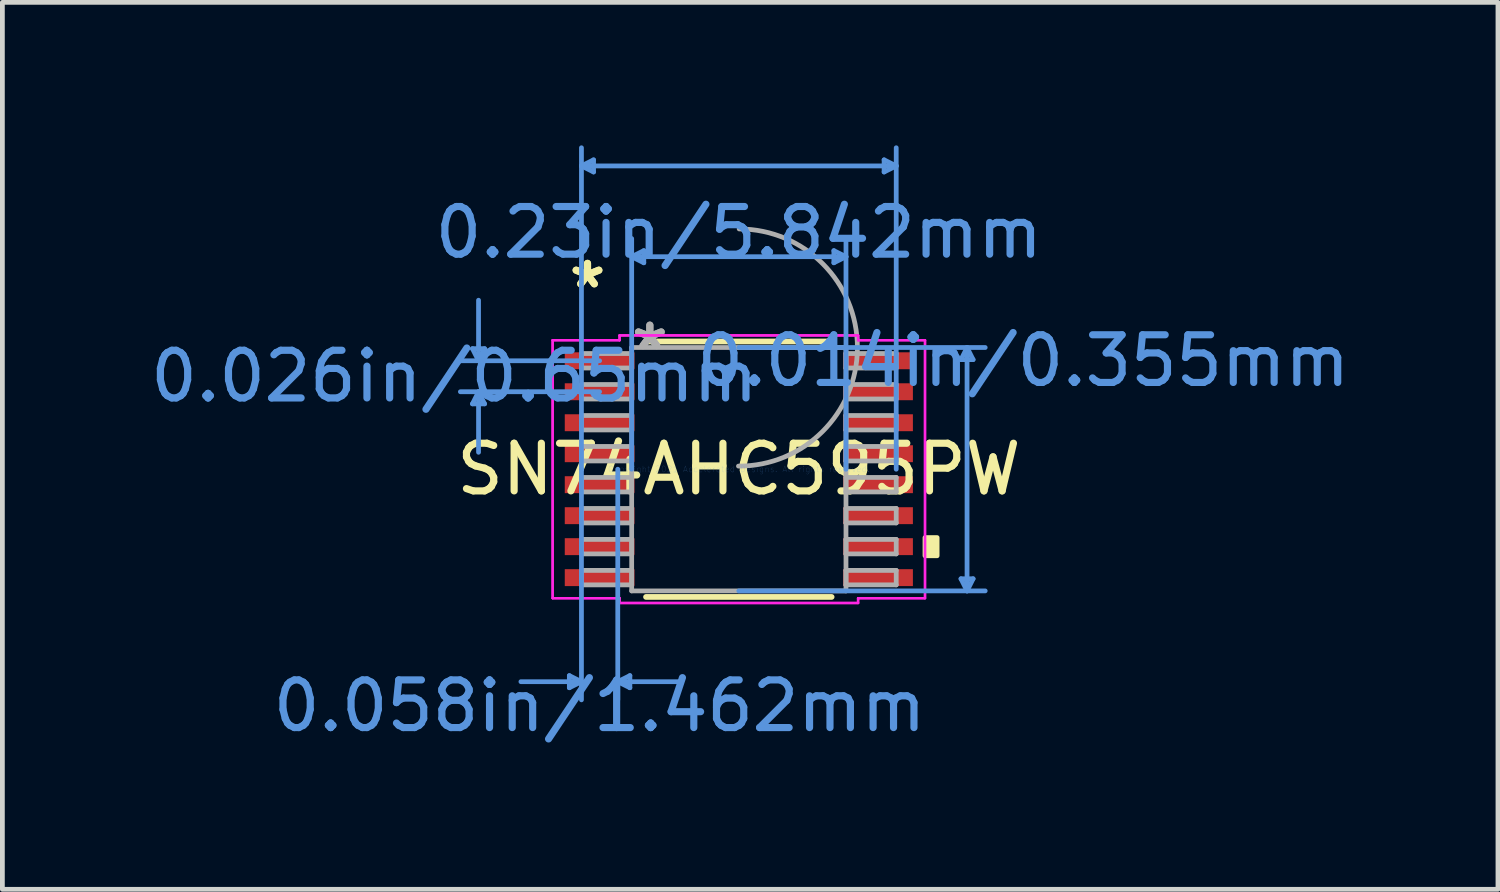
<source format=kicad_pcb>
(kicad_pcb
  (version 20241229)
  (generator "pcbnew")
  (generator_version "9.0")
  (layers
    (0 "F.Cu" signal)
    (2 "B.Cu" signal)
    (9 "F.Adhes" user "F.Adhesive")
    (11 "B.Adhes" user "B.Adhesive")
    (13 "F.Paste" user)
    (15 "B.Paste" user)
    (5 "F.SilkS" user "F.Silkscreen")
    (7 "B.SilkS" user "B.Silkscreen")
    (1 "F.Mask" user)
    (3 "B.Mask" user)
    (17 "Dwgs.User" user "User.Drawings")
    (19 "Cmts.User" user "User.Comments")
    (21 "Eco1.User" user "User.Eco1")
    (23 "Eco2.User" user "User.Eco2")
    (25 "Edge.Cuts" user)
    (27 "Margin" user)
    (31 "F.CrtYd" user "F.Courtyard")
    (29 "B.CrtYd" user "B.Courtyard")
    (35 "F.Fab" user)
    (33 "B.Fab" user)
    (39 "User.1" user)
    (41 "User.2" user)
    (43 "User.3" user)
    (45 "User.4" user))
  (footprint "SN74AHC595PW"
    (layer "F.Cu")
    (at 12.451 6.794)
    (property "Reference" "SN74AHC595PW" (at 0 0 0) (layer "F.SilkS") (effects (font (size 1 1) (thickness 0.15))))
    (attr through_hole)
    (fp_line (start -1.947 2.68) (end 1.947 2.68) (stroke (width 0.12) (type solid)) (layer "F.SilkS"))
    (fp_line (start 1.947 -2.68) (end -1.947 -2.68) (stroke (width 0.12) (type solid)) (layer "F.SilkS"))
    (fp_poly (pts (xy 4.16 1.435) (xy 4.16 1.816) (xy 3.906 1.816) (xy 3.906 1.435)) (stroke (width 0.1) (type solid)) (fill yes) (layer "F.SilkS"))
    (fp_line (start -5.588 -2.529) (end -5.334 -2.529) (stroke (width 0.1) (type solid)) (layer "Cmts.User"))
    (fp_line (start -5.588 -1.371) (end -5.334 -1.371) (stroke (width 0.1) (type solid)) (layer "Cmts.User"))
    (fp_line (start -5.461 -2.275) (end -5.588 -2.529) (stroke (width 0.1) (type solid)) (layer "Cmts.User"))
    (fp_line (start -5.461 -2.275) (end -5.461 -3.545) (stroke (width 0.1) (type solid)) (layer "Cmts.User"))
    (fp_line (start -5.461 -2.275) (end -5.334 -2.529) (stroke (width 0.1) (type solid)) (layer "Cmts.User"))
    (fp_line (start -5.461 -1.625) (end -5.588 -1.371) (stroke (width 0.1) (type solid)) (layer "Cmts.User"))
    (fp_line (start -5.461 -1.625) (end -5.461 -0.355) (stroke (width 0.1) (type solid)) (layer "Cmts.User"))
    (fp_line (start -5.461 -1.625) (end -5.334 -1.371) (stroke (width 0.1) (type solid)) (layer "Cmts.User"))
    (fp_line (start -3.556 4.331) (end -3.556 4.585) (stroke (width 0.1) (type solid)) (layer "Cmts.User"))
    (fp_line (start -3.302 -6.363) (end -3.048 -6.49) (stroke (width 0.1) (type solid)) (layer "Cmts.User"))
    (fp_line (start -3.302 -6.363) (end -3.048 -6.236) (stroke (width 0.1) (type solid)) (layer "Cmts.User"))
    (fp_line (start -3.302 -6.363) (end 3.302 -6.363) (stroke (width 0.1) (type solid)) (layer "Cmts.User"))
    (fp_line (start -3.302 0) (end -3.302 -6.744) (stroke (width 0.1) (type solid)) (layer "Cmts.User"))
    (fp_line (start -3.302 0) (end -3.302 4.839) (stroke (width 0.1) (type solid)) (layer "Cmts.User"))
    (fp_line (start -3.302 4.458) (end -4.572 4.458) (stroke (width 0.1) (type solid)) (layer "Cmts.User"))
    (fp_line (start -3.302 4.458) (end -3.556 4.331) (stroke (width 0.1) (type solid)) (layer "Cmts.User"))
    (fp_line (start -3.302 4.458) (end -3.556 4.585) (stroke (width 0.1) (type solid)) (layer "Cmts.User"))
    (fp_line (start -3.048 -6.49) (end -3.048 -6.236) (stroke (width 0.1) (type solid)) (layer "Cmts.User"))
    (fp_line (start -2.921 -2.275) (end -5.842 -2.275) (stroke (width 0.1) (type solid)) (layer "Cmts.User"))
    (fp_line (start -2.921 -1.625) (end -5.842 -1.625) (stroke (width 0.1) (type solid)) (layer "Cmts.User"))
    (fp_line (start -2.54 0) (end -2.54 4.839) (stroke (width 0.1) (type solid)) (layer "Cmts.User"))
    (fp_line (start -2.54 4.458) (end -2.286 4.331) (stroke (width 0.1) (type solid)) (layer "Cmts.User"))
    (fp_line (start -2.54 4.458) (end -2.286 4.585) (stroke (width 0.1) (type solid)) (layer "Cmts.User"))
    (fp_line (start -2.54 4.458) (end -1.27 4.458) (stroke (width 0.1) (type solid)) (layer "Cmts.User"))
    (fp_line (start -2.286 4.331) (end -2.286 4.585) (stroke (width 0.1) (type solid)) (layer "Cmts.User"))
    (fp_line (start -2.248 -4.458) (end -1.994 -4.585) (stroke (width 0.1) (type solid)) (layer "Cmts.User"))
    (fp_line (start -2.248 -4.458) (end -1.994 -4.331) (stroke (width 0.1) (type solid)) (layer "Cmts.User"))
    (fp_line (start -2.248 -4.458) (end 2.248 -4.458) (stroke (width 0.1) (type solid)) (layer "Cmts.User"))
    (fp_line (start -2.248 0) (end -2.248 -4.839) (stroke (width 0.1) (type solid)) (layer "Cmts.User"))
    (fp_line (start -1.994 -4.585) (end -1.994 -4.331) (stroke (width 0.1) (type solid)) (layer "Cmts.User"))
    (fp_line (start 0 -2.553) (end 5.169 -2.553) (stroke (width 0.1) (type solid)) (layer "Cmts.User"))
    (fp_line (start 0 2.553) (end 5.169 2.553) (stroke (width 0.1) (type solid)) (layer "Cmts.User"))
    (fp_line (start 1.994 -4.585) (end 1.994 -4.331) (stroke (width 0.1) (type solid)) (layer "Cmts.User"))
    (fp_line (start 2.248 -4.458) (end 1.994 -4.585) (stroke (width 0.1) (type solid)) (layer "Cmts.User"))
    (fp_line (start 2.248 -4.458) (end 1.994 -4.331) (stroke (width 0.1) (type solid)) (layer "Cmts.User"))
    (fp_line (start 2.248 0) (end 2.248 -4.839) (stroke (width 0.1) (type solid)) (layer "Cmts.User"))
    (fp_line (start 3.048 -6.49) (end 3.048 -6.236) (stroke (width 0.1) (type solid)) (layer "Cmts.User"))
    (fp_line (start 3.302 -6.363) (end 3.048 -6.49) (stroke (width 0.1) (type solid)) (layer "Cmts.User"))
    (fp_line (start 3.302 -6.363) (end 3.048 -6.236) (stroke (width 0.1) (type solid)) (layer "Cmts.User"))
    (fp_line (start 3.302 0) (end 3.302 -6.744) (stroke (width 0.1) (type solid)) (layer "Cmts.User"))
    (fp_line (start 4.661 -2.299) (end 4.915 -2.299) (stroke (width 0.1) (type solid)) (layer "Cmts.User"))
    (fp_line (start 4.661 2.299) (end 4.915 2.299) (stroke (width 0.1) (type solid)) (layer "Cmts.User"))
    (fp_line (start 4.788 -2.553) (end 4.661 -2.299) (stroke (width 0.1) (type solid)) (layer "Cmts.User"))
    (fp_line (start 4.788 -2.553) (end 4.788 2.553) (stroke (width 0.1) (type solid)) (layer "Cmts.User"))
    (fp_line (start 4.788 -2.553) (end 4.915 -2.299) (stroke (width 0.1) (type solid)) (layer "Cmts.User"))
    (fp_line (start 4.788 2.553) (end 4.661 2.299) (stroke (width 0.1) (type solid)) (layer "Cmts.User"))
    (fp_line (start 4.788 2.553) (end 4.915 2.299) (stroke (width 0.1) (type solid)) (layer "Cmts.User"))
    (fp_line (start -3.906 -2.706) (end -2.502 -2.706) (stroke (width 0.05) (type solid)) (layer "F.CrtYd"))
    (fp_line (start -3.906 -2.706) (end -2.502 -2.706) (stroke (width 0.05) (type solid)) (layer "F.CrtYd"))
    (fp_line (start -3.906 2.706) (end -3.906 -2.706) (stroke (width 0.05) (type solid)) (layer "F.CrtYd"))
    (fp_line (start -3.906 2.706) (end -3.906 -2.706) (stroke (width 0.05) (type solid)) (layer "F.CrtYd"))
    (fp_line (start -3.906 2.706) (end -2.502 2.706) (stroke (width 0.05) (type solid)) (layer "F.CrtYd"))
    (fp_line (start -2.502 -2.807) (end 2.502 -2.807) (stroke (width 0.05) (type solid)) (layer "F.CrtYd"))
    (fp_line (start -2.502 -2.807) (end 2.502 -2.807) (stroke (width 0.05) (type solid)) (layer "F.CrtYd"))
    (fp_line (start -2.502 -2.706) (end -2.502 -2.807) (stroke (width 0.05) (type solid)) (layer "F.CrtYd"))
    (fp_line (start -2.502 -2.706) (end -2.502 -2.807) (stroke (width 0.05) (type solid)) (layer "F.CrtYd"))
    (fp_line (start -2.502 2.706) (end -3.906 2.706) (stroke (width 0.05) (type solid)) (layer "F.CrtYd"))
    (fp_line (start -2.502 2.807) (end -2.502 2.706) (stroke (width 0.05) (type solid)) (layer "F.CrtYd"))
    (fp_line (start -2.502 2.807) (end -2.502 2.706) (stroke (width 0.05) (type solid)) (layer "F.CrtYd"))
    (fp_line (start 2.502 -2.807) (end 2.502 -2.706) (stroke (width 0.05) (type solid)) (layer "F.CrtYd"))
    (fp_line (start 2.502 -2.807) (end 2.502 -2.706) (stroke (width 0.05) (type solid)) (layer "F.CrtYd"))
    (fp_line (start 2.502 -2.706) (end 3.906 -2.706) (stroke (width 0.05) (type solid)) (layer "F.CrtYd"))
    (fp_line (start 2.502 2.706) (end 2.502 2.807) (stroke (width 0.05) (type solid)) (layer "F.CrtYd"))
    (fp_line (start 2.502 2.706) (end 2.502 2.807) (stroke (width 0.05) (type solid)) (layer "F.CrtYd"))
    (fp_line (start 2.502 2.807) (end -2.502 2.807) (stroke (width 0.05) (type solid)) (layer "F.CrtYd"))
    (fp_line (start 2.502 2.807) (end -2.502 2.807) (stroke (width 0.05) (type solid)) (layer "F.CrtYd"))
    (fp_line (start 3.906 -2.706) (end 2.502 -2.706) (stroke (width 0.05) (type solid)) (layer "F.CrtYd"))
    (fp_line (start 3.906 -2.706) (end 3.906 2.706) (stroke (width 0.05) (type solid)) (layer "F.CrtYd"))
    (fp_line (start 3.906 -2.706) (end 3.906 2.706) (stroke (width 0.05) (type solid)) (layer "F.CrtYd"))
    (fp_line (start 3.906 2.706) (end 2.502 2.706) (stroke (width 0.05) (type solid)) (layer "F.CrtYd"))
    (fp_line (start 3.906 2.706) (end 2.502 2.706) (stroke (width 0.05) (type solid)) (layer "F.CrtYd"))
    (fp_line (start -3.302 -2.427) (end -3.302 -2.123) (stroke (width 0.1) (type solid)) (layer "F.Fab"))
    (fp_line (start -3.302 -2.123) (end -2.248 -2.123) (stroke (width 0.1) (type solid)) (layer "F.Fab"))
    (fp_line (start -3.302 -1.777) (end -3.302 -1.473) (stroke (width 0.1) (type solid)) (layer "F.Fab"))
    (fp_line (start -3.302 -1.473) (end -2.248 -1.473) (stroke (width 0.1) (type solid)) (layer "F.Fab"))
    (fp_line (start -3.302 -1.127) (end -3.302 -0.823) (stroke (width 0.1) (type solid)) (layer "F.Fab"))
    (fp_line (start -3.302 -0.823) (end -2.248 -0.823) (stroke (width 0.1) (type solid)) (layer "F.Fab"))
    (fp_line (start -3.302 -0.477) (end -3.302 -0.173) (stroke (width 0.1) (type solid)) (layer "F.Fab"))
    (fp_line (start -3.302 -0.173) (end -2.248 -0.173) (stroke (width 0.1) (type solid)) (layer "F.Fab"))
    (fp_line (start -3.302 0.173) (end -3.302 0.477) (stroke (width 0.1) (type solid)) (layer "F.Fab"))
    (fp_line (start -3.302 0.477) (end -2.248 0.477) (stroke (width 0.1) (type solid)) (layer "F.Fab"))
    (fp_line (start -3.302 0.823) (end -3.302 1.127) (stroke (width 0.1) (type solid)) (layer "F.Fab"))
    (fp_line (start -3.302 1.127) (end -2.248 1.127) (stroke (width 0.1) (type solid)) (layer "F.Fab"))
    (fp_line (start -3.302 1.473) (end -3.302 1.777) (stroke (width 0.1) (type solid)) (layer "F.Fab"))
    (fp_line (start -3.302 1.777) (end -2.248 1.777) (stroke (width 0.1) (type solid)) (layer "F.Fab"))
    (fp_line (start -3.302 2.123) (end -3.302 2.427) (stroke (width 0.1) (type solid)) (layer "F.Fab"))
    (fp_line (start -3.302 2.427) (end -2.248 2.427) (stroke (width 0.1) (type solid)) (layer "F.Fab"))
    (fp_line (start -2.248 -2.553) (end -2.248 2.553) (stroke (width 0.1) (type solid)) (layer "F.Fab"))
    (fp_line (start -2.248 -2.427) (end -3.302 -2.427) (stroke (width 0.1) (type solid)) (layer "F.Fab"))
    (fp_line (start -2.248 -2.123) (end -2.248 -2.427) (stroke (width 0.1) (type solid)) (layer "F.Fab"))
    (fp_line (start -2.248 -1.777) (end -3.302 -1.777) (stroke (width 0.1) (type solid)) (layer "F.Fab"))
    (fp_line (start -2.248 -1.473) (end -2.248 -1.777) (stroke (width 0.1) (type solid)) (layer "F.Fab"))
    (fp_line (start -2.248 -1.127) (end -3.302 -1.127) (stroke (width 0.1) (type solid)) (layer "F.Fab"))
    (fp_line (start -2.248 -0.823) (end -2.248 -1.127) (stroke (width 0.1) (type solid)) (layer "F.Fab"))
    (fp_line (start -2.248 -0.477) (end -3.302 -0.477) (stroke (width 0.1) (type solid)) (layer "F.Fab"))
    (fp_line (start -2.248 -0.173) (end -2.248 -0.477) (stroke (width 0.1) (type solid)) (layer "F.Fab"))
    (fp_line (start -2.248 0.173) (end -3.302 0.173) (stroke (width 0.1) (type solid)) (layer "F.Fab"))
    (fp_line (start -2.248 0.477) (end -2.248 0.173) (stroke (width 0.1) (type solid)) (layer "F.Fab"))
    (fp_line (start -2.248 0.823) (end -3.302 0.823) (stroke (width 0.1) (type solid)) (layer "F.Fab"))
    (fp_line (start -2.248 1.127) (end -2.248 0.823) (stroke (width 0.1) (type solid)) (layer "F.Fab"))
    (fp_line (start -2.248 1.473) (end -3.302 1.473) (stroke (width 0.1) (type solid)) (layer "F.Fab"))
    (fp_line (start -2.248 1.777) (end -2.248 1.473) (stroke (width 0.1) (type solid)) (layer "F.Fab"))
    (fp_line (start -2.248 2.123) (end -3.302 2.123) (stroke (width 0.1) (type solid)) (layer "F.Fab"))
    (fp_line (start -2.248 2.427) (end -2.248 2.123) (stroke (width 0.1) (type solid)) (layer "F.Fab"))
    (fp_line (start -2.248 2.553) (end 2.248 2.553) (stroke (width 0.1) (type solid)) (layer "F.Fab"))
    (fp_line (start 2.248 -2.553) (end -2.248 -2.553) (stroke (width 0.1) (type solid)) (layer "F.Fab"))
    (fp_line (start 2.248 -2.427) (end 2.248 -2.123) (stroke (width 0.1) (type solid)) (layer "F.Fab"))
    (fp_line (start 2.248 -2.123) (end 3.302 -2.123) (stroke (width 0.1) (type solid)) (layer "F.Fab"))
    (fp_line (start 2.248 -1.777) (end 2.248 -1.473) (stroke (width 0.1) (type solid)) (layer "F.Fab"))
    (fp_line (start 2.248 -1.473) (end 3.302 -1.473) (stroke (width 0.1) (type solid)) (layer "F.Fab"))
    (fp_line (start 2.248 -1.127) (end 2.248 -0.823) (stroke (width 0.1) (type solid)) (layer "F.Fab"))
    (fp_line (start 2.248 -0.823) (end 3.302 -0.823) (stroke (width 0.1) (type solid)) (layer "F.Fab"))
    (fp_line (start 2.248 -0.477) (end 2.248 -0.173) (stroke (width 0.1) (type solid)) (layer "F.Fab"))
    (fp_line (start 2.248 -0.173) (end 3.302 -0.173) (stroke (width 0.1) (type solid)) (layer "F.Fab"))
    (fp_line (start 2.248 0.173) (end 2.248 0.477) (stroke (width 0.1) (type solid)) (layer "F.Fab"))
    (fp_line (start 2.248 0.477) (end 3.302 0.477) (stroke (width 0.1) (type solid)) (layer "F.Fab"))
    (fp_line (start 2.248 0.823) (end 2.248 1.127) (stroke (width 0.1) (type solid)) (layer "F.Fab"))
    (fp_line (start 2.248 1.127) (end 3.302 1.127) (stroke (width 0.1) (type solid)) (layer "F.Fab"))
    (fp_line (start 2.248 1.473) (end 2.248 1.777) (stroke (width 0.1) (type solid)) (layer "F.Fab"))
    (fp_line (start 2.248 1.777) (end 3.302 1.777) (stroke (width 0.1) (type solid)) (layer "F.Fab"))
    (fp_line (start 2.248 2.123) (end 2.248 2.427) (stroke (width 0.1) (type solid)) (layer "F.Fab"))
    (fp_line (start 2.248 2.427) (end 3.302 2.427) (stroke (width 0.1) (type solid)) (layer "F.Fab"))
    (fp_line (start 2.248 2.553) (end 2.248 -2.553) (stroke (width 0.1) (type solid)) (layer "F.Fab"))
    (fp_line (start 3.302 -2.427) (end 2.248 -2.427) (stroke (width 0.1) (type solid)) (layer "F.Fab"))
    (fp_line (start 3.302 -2.123) (end 3.302 -2.427) (stroke (width 0.1) (type solid)) (layer "F.Fab"))
    (fp_line (start 3.302 -1.777) (end 2.248 -1.777) (stroke (width 0.1) (type solid)) (layer "F.Fab"))
    (fp_line (start 3.302 -1.473) (end 3.302 -1.777) (stroke (width 0.1) (type solid)) (layer "F.Fab"))
    (fp_line (start 3.302 -1.127) (end 2.248 -1.127) (stroke (width 0.1) (type solid)) (layer "F.Fab"))
    (fp_line (start 3.302 -0.823) (end 3.302 -1.127) (stroke (width 0.1) (type solid)) (layer "F.Fab"))
    (fp_line (start 3.302 -0.477) (end 2.248 -0.477) (stroke (width 0.1) (type solid)) (layer "F.Fab"))
    (fp_line (start 3.302 -0.173) (end 3.302 -0.477) (stroke (width 0.1) (type solid)) (layer "F.Fab"))
    (fp_line (start 3.302 0.173) (end 2.248 0.173) (stroke (width 0.1) (type solid)) (layer "F.Fab"))
    (fp_line (start 3.302 0.477) (end 3.302 0.173) (stroke (width 0.1) (type solid)) (layer "F.Fab"))
    (fp_line (start 3.302 0.823) (end 2.248 0.823) (stroke (width 0.1) (type solid)) (layer "F.Fab"))
    (fp_line (start 3.302 1.127) (end 3.302 0.823) (stroke (width 0.1) (type solid)) (layer "F.Fab"))
    (fp_line (start 3.302 1.473) (end 2.248 1.473) (stroke (width 0.1) (type solid)) (layer "F.Fab"))
    (fp_line (start 3.302 1.777) (end 3.302 1.473) (stroke (width 0.1) (type solid)) (layer "F.Fab"))
    (fp_line (start 3.302 2.123) (end 2.248 2.123) (stroke (width 0.1) (type solid)) (layer "F.Fab"))
    (fp_line (start 3.302 2.427) (end 3.302 2.123) (stroke (width 0.1) (type solid)) (layer "F.Fab"))
    (fp_arc (start 0.007742 -5.040561) (mid 2.487861 -2.544958) (end -0.007742 -0.064839) (stroke (width 0.1) (type solid)) (layer "F.Fab"))
    (fp_text user "*" (at -3.175 -3.773 0) (layer "F.SilkS") (effects (font (size 1 1) (thickness 0.15))))
    (fp_text user "*" (at -3.175 -3.773 0) (layer "F.SilkS") (effects (font (size 1 1) (thickness 0.15))))
    (fp_text user "0.014in/0.355mm" (at 5.969 -2.275 0) (layer "Cmts.User") (effects (font (size 1 1) (thickness 0.15))))
    (fp_text user "0.058in/1.462mm" (at -2.921 4.966 0) (layer "Cmts.User") (effects (font (size 1 1) (thickness 0.15))))
    (fp_text user "Copyright 2021 Accelerated Designs. All rights reserved." (at 0 0 0) (layer "Cmts.User") (effects (font (size 0.127 0.127) (thickness 0.002))))
    (fp_text user "0.23in/5.842mm" (at 0 -4.966 0) (layer "Cmts.User") (effects (font (size 1 1) (thickness 0.15))))
    (fp_text user "0.026in/0.65mm" (at -5.969 -1.95 0) (layer "Cmts.User") (effects (font (size 1 1) (thickness 0.15))))
    (fp_text user "*" (at -1.867 -2.477 0) (layer "F.Fab") (effects (font (size 1 1) (thickness 0.15))))
    (fp_text user "*" (at -1.867 -2.477 0) (layer "F.Fab") (effects (font (size 1 1) (thickness 0.15))))
    (pad "1" smd rect (at -2.921 -2.275) (size 1.462 0.355) (layers "F.Cu" "F.Mask" "F.Paste"))
    (pad "2" smd rect (at -2.921 -1.625) (size 1.462 0.355) (layers "F.Cu" "F.Mask" "F.Paste"))
    (pad "3" smd rect (at -2.921 -0.975) (size 1.462 0.355) (layers "F.Cu" "F.Mask" "F.Paste"))
    (pad "4" smd rect (at -2.921 -0.325) (size 1.462 0.355) (layers "F.Cu" "F.Mask" "F.Paste"))
    (pad "5" smd rect (at -2.921 0.325) (size 1.462 0.355) (layers "F.Cu" "F.Mask" "F.Paste"))
    (pad "6" smd rect (at -2.921 0.975) (size 1.462 0.355) (layers "F.Cu" "F.Mask" "F.Paste"))
    (pad "7" smd rect (at -2.921 1.625) (size 1.462 0.355) (layers "F.Cu" "F.Mask" "F.Paste"))
    (pad "8" smd rect (at -2.921 2.275) (size 1.462 0.355) (layers "F.Cu" "F.Mask" "F.Paste"))
    (pad "9" smd rect (at 2.921 2.275) (size 1.462 0.355) (layers "F.Cu" "F.Mask" "F.Paste"))
    (pad "10" smd rect (at 2.921 1.625) (size 1.462 0.355) (layers "F.Cu" "F.Mask" "F.Paste"))
    (pad "11" smd rect (at 2.921 0.975) (size 1.462 0.355) (layers "F.Cu" "F.Mask" "F.Paste"))
    (pad "12" smd rect (at 2.921 0.325) (size 1.462 0.355) (layers "F.Cu" "F.Mask" "F.Paste"))
    (pad "13" smd rect (at 2.921 -0.325) (size 1.462 0.355) (layers "F.Cu" "F.Mask" "F.Paste"))
    (pad "14" smd rect (at 2.921 -0.975) (size 1.462 0.355) (layers "F.Cu" "F.Mask" "F.Paste"))
    (pad "15" smd rect (at 2.921 -1.625) (size 1.462 0.355) (layers "F.Cu" "F.Mask" "F.Paste"))
    (pad "16" smd rect (at 2.921 -2.275) (size 1.462 0.355) (layers "F.Cu" "F.Mask" "F.Paste")))
  (gr_rect
    (start -3 -3)
    (end 28.378 15.608)
    (stroke (width 0.1) (type default))
    (fill no)
    (layer "Edge.Cuts")))
</source>
